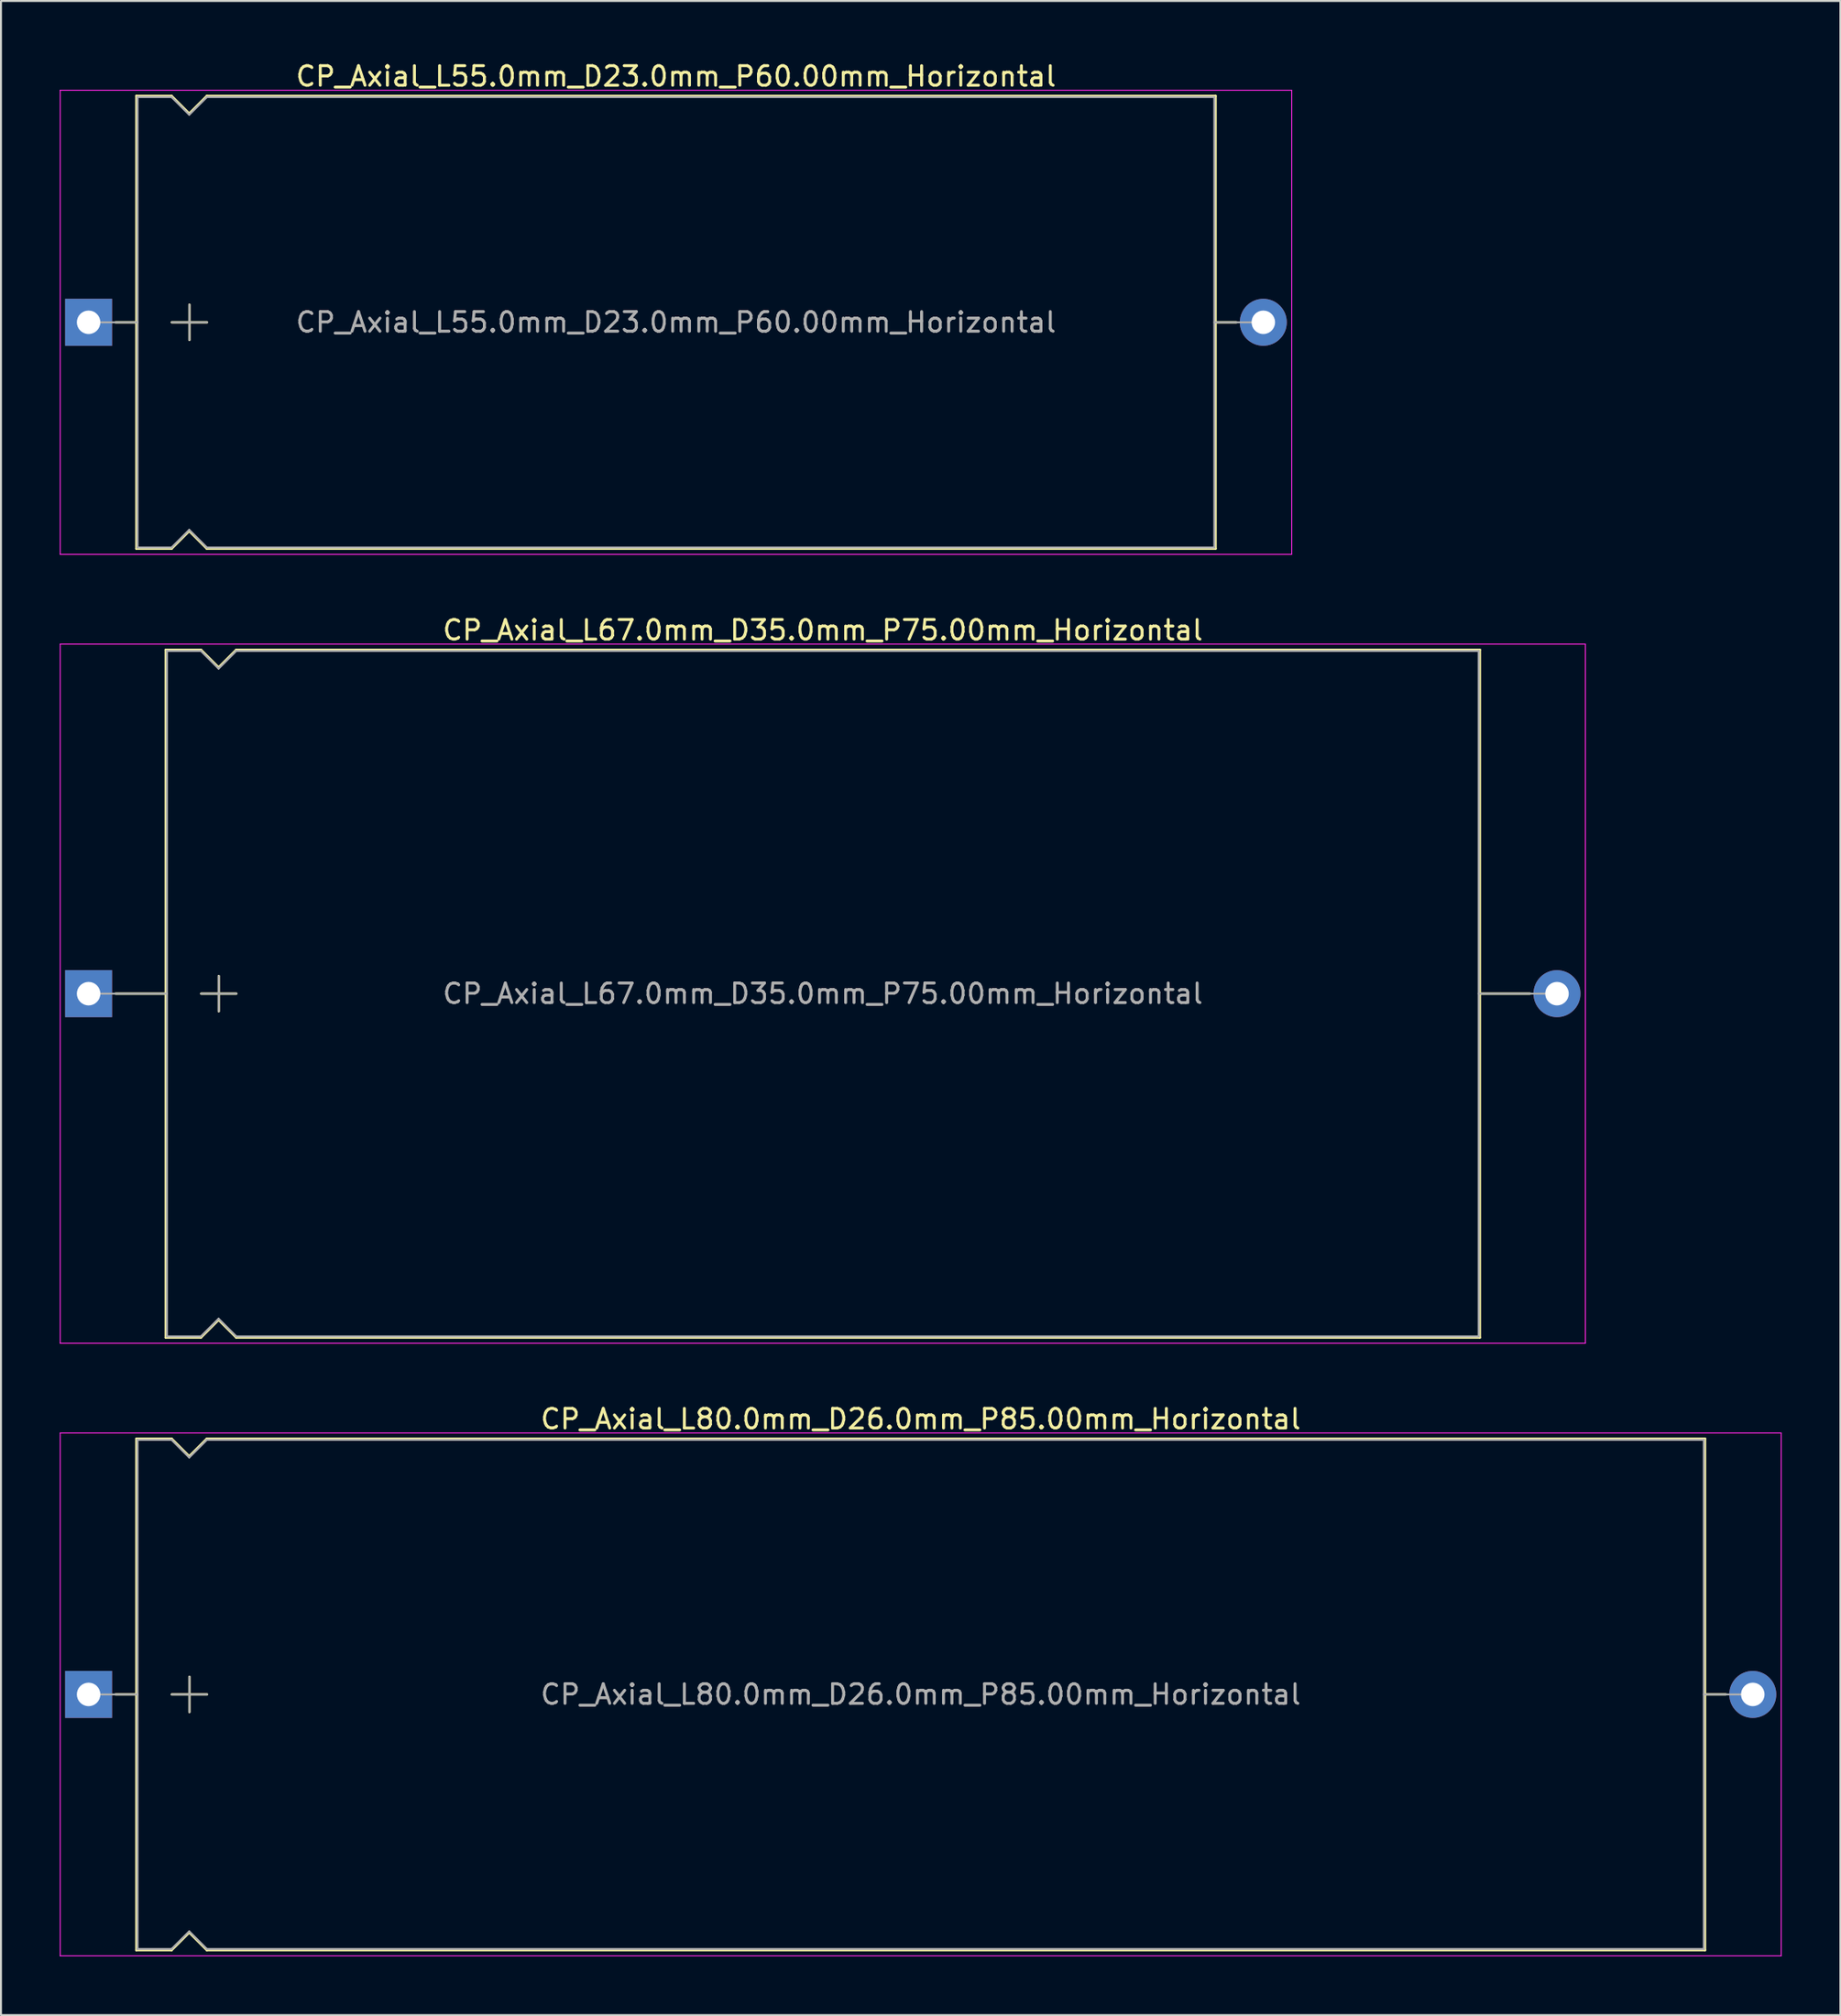
<source format=kicad_pcb>
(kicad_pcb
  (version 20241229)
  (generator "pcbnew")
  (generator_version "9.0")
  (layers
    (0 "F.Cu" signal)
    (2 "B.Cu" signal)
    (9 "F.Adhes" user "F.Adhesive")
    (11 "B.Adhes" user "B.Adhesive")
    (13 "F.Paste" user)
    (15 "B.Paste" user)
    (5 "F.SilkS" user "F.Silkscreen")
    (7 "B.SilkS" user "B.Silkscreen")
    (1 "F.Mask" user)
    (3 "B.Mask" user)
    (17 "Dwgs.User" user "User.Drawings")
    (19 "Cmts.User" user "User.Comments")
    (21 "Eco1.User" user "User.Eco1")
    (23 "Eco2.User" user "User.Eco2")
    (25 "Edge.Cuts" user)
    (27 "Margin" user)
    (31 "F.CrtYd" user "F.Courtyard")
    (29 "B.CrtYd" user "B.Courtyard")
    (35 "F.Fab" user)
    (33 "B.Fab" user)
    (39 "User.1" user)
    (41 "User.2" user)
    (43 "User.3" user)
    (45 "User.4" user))
  (footprint "CP_Axial_L55.0mm_D23.0mm_P60.00mm_Horizontal"
    (layer "F.Cu")
    (at 1.475 13.408)
    (property "Reference" "CP_Axial_L55.0mm_D23.0mm_P60.00mm_Horizontal" (at 30 -12.56 0) (layer "F.SilkS") (effects (font (size 1 1) (thickness 0.15))))
    (attr through_hole)
    (fp_line (start 1.38 0) (end 2.44 0) (stroke (width 0.12) (type solid)) (layer "F.SilkS"))
    (fp_line (start 2.44 -11.56) (end 2.44 11.56) (stroke (width 0.12) (type solid)) (layer "F.SilkS"))
    (fp_line (start 2.44 -11.56) (end 4.24 -11.56) (stroke (width 0.12) (type solid)) (layer "F.SilkS"))
    (fp_line (start 2.44 11.56) (end 4.24 11.56) (stroke (width 0.12) (type solid)) (layer "F.SilkS"))
    (fp_line (start 4.24 -11.56) (end 5.14 -10.66) (stroke (width 0.12) (type solid)) (layer "F.SilkS"))
    (fp_line (start 4.24 11.56) (end 5.14 10.66) (stroke (width 0.12) (type solid)) (layer "F.SilkS"))
    (fp_line (start 4.25 0) (end 6.05 0) (stroke (width 0.12) (type solid)) (layer "F.SilkS"))
    (fp_line (start 5.14 -10.66) (end 6.04 -11.56) (stroke (width 0.12) (type solid)) (layer "F.SilkS"))
    (fp_line (start 5.14 10.66) (end 6.04 11.56) (stroke (width 0.12) (type solid)) (layer "F.SilkS"))
    (fp_line (start 5.15 -0.9) (end 5.15 0.9) (stroke (width 0.12) (type solid)) (layer "F.SilkS"))
    (fp_line (start 6.04 -11.56) (end 57.56 -11.56) (stroke (width 0.12) (type solid)) (layer "F.SilkS"))
    (fp_line (start 6.04 11.56) (end 57.56 11.56) (stroke (width 0.12) (type solid)) (layer "F.SilkS"))
    (fp_line (start 57.56 -11.56) (end 57.56 11.56) (stroke (width 0.12) (type solid)) (layer "F.SilkS"))
    (fp_line (start 58.62 0) (end 57.56 0) (stroke (width 0.12) (type solid)) (layer "F.SilkS"))
    (fp_line (start -1.45 -11.85) (end -1.45 11.85) (stroke (width 0.05) (type solid)) (layer "F.CrtYd"))
    (fp_line (start -1.45 11.85) (end 61.45 11.85) (stroke (width 0.05) (type solid)) (layer "F.CrtYd"))
    (fp_line (start 61.45 -11.85) (end -1.45 -11.85) (stroke (width 0.05) (type solid)) (layer "F.CrtYd"))
    (fp_line (start 61.45 11.85) (end 61.45 -11.85) (stroke (width 0.05) (type solid)) (layer "F.CrtYd"))
    (fp_line (start 0 0) (end 2.5 0) (stroke (width 0.1) (type solid)) (layer "F.Fab"))
    (fp_line (start 2.5 -11.5) (end 2.5 11.5) (stroke (width 0.1) (type solid)) (layer "F.Fab"))
    (fp_line (start 2.5 -11.5) (end 4.24 -11.5) (stroke (width 0.1) (type solid)) (layer "F.Fab"))
    (fp_line (start 2.5 11.5) (end 4.24 11.5) (stroke (width 0.1) (type solid)) (layer "F.Fab"))
    (fp_line (start 4.24 -11.5) (end 5.14 -10.6) (stroke (width 0.1) (type solid)) (layer "F.Fab"))
    (fp_line (start 4.24 11.5) (end 5.14 10.6) (stroke (width 0.1) (type solid)) (layer "F.Fab"))
    (fp_line (start 4.25 0) (end 6.05 0) (stroke (width 0.1) (type solid)) (layer "F.Fab"))
    (fp_line (start 5.14 -10.6) (end 6.04 -11.5) (stroke (width 0.1) (type solid)) (layer "F.Fab"))
    (fp_line (start 5.14 10.6) (end 6.04 11.5) (stroke (width 0.1) (type solid)) (layer "F.Fab"))
    (fp_line (start 5.15 -0.9) (end 5.15 0.9) (stroke (width 0.1) (type solid)) (layer "F.Fab"))
    (fp_line (start 6.04 -11.5) (end 57.5 -11.5) (stroke (width 0.1) (type solid)) (layer "F.Fab"))
    (fp_line (start 6.04 11.5) (end 57.5 11.5) (stroke (width 0.1) (type solid)) (layer "F.Fab"))
    (fp_line (start 57.5 -11.5) (end 57.5 11.5) (stroke (width 0.1) (type solid)) (layer "F.Fab"))
    (fp_line (start 60 0) (end 57.5 0) (stroke (width 0.1) (type solid)) (layer "F.Fab"))
    (fp_text user "${REFERENCE}" (at 30 0 0) (layer "F.Fab") (effects (font (size 1 1) (thickness 0.15))))
    (pad "1" thru_hole rect (at 0 0) (size 2.4 2.4) (drill 1.2) (layers "*.Cu" "*.Mask"))
    (pad "2" thru_hole oval (at 60 0) (size 2.4 2.4) (drill 1.2) (layers "*.Cu" "*.Mask")))
  (footprint "CP_Axial_L67.0mm_D35.0mm_P75.00mm_Horizontal"
    (layer "F.Cu")
    (at 1.475 47.691)
    (property "Reference" "CP_Axial_L67.0mm_D35.0mm_P75.00mm_Horizontal" (at 37.5 -18.56 0) (layer "F.SilkS") (effects (font (size 1 1) (thickness 0.15))))
    (attr through_hole)
    (fp_line (start 1.38 0) (end 3.94 0) (stroke (width 0.12) (type solid)) (layer "F.SilkS"))
    (fp_line (start 3.94 -17.56) (end 3.94 17.56) (stroke (width 0.12) (type solid)) (layer "F.SilkS"))
    (fp_line (start 3.94 -17.56) (end 5.74 -17.56) (stroke (width 0.12) (type solid)) (layer "F.SilkS"))
    (fp_line (start 3.94 17.56) (end 5.74 17.56) (stroke (width 0.12) (type solid)) (layer "F.SilkS"))
    (fp_line (start 5.74 -17.56) (end 6.64 -16.66) (stroke (width 0.12) (type solid)) (layer "F.SilkS"))
    (fp_line (start 5.74 17.56) (end 6.64 16.66) (stroke (width 0.12) (type solid)) (layer "F.SilkS"))
    (fp_line (start 5.75 0) (end 7.55 0) (stroke (width 0.12) (type solid)) (layer "F.SilkS"))
    (fp_line (start 6.64 -16.66) (end 7.54 -17.56) (stroke (width 0.12) (type solid)) (layer "F.SilkS"))
    (fp_line (start 6.64 16.66) (end 7.54 17.56) (stroke (width 0.12) (type solid)) (layer "F.SilkS"))
    (fp_line (start 6.65 -0.9) (end 6.65 0.9) (stroke (width 0.12) (type solid)) (layer "F.SilkS"))
    (fp_line (start 7.54 -17.56) (end 71.06 -17.56) (stroke (width 0.12) (type solid)) (layer "F.SilkS"))
    (fp_line (start 7.54 17.56) (end 71.06 17.56) (stroke (width 0.12) (type solid)) (layer "F.SilkS"))
    (fp_line (start 71.06 -17.56) (end 71.06 17.56) (stroke (width 0.12) (type solid)) (layer "F.SilkS"))
    (fp_line (start 73.62 0) (end 71.06 0) (stroke (width 0.12) (type solid)) (layer "F.SilkS"))
    (fp_line (start -1.45 -17.85) (end -1.45 17.85) (stroke (width 0.05) (type solid)) (layer "F.CrtYd"))
    (fp_line (start -1.45 17.85) (end 76.45 17.85) (stroke (width 0.05) (type solid)) (layer "F.CrtYd"))
    (fp_line (start 76.45 -17.85) (end -1.45 -17.85) (stroke (width 0.05) (type solid)) (layer "F.CrtYd"))
    (fp_line (start 76.45 17.85) (end 76.45 -17.85) (stroke (width 0.05) (type solid)) (layer "F.CrtYd"))
    (fp_line (start 0 0) (end 4 0) (stroke (width 0.1) (type solid)) (layer "F.Fab"))
    (fp_line (start 4 -17.5) (end 4 17.5) (stroke (width 0.1) (type solid)) (layer "F.Fab"))
    (fp_line (start 4 -17.5) (end 5.74 -17.5) (stroke (width 0.1) (type solid)) (layer "F.Fab"))
    (fp_line (start 4 17.5) (end 5.74 17.5) (stroke (width 0.1) (type solid)) (layer "F.Fab"))
    (fp_line (start 5.74 -17.5) (end 6.64 -16.6) (stroke (width 0.1) (type solid)) (layer "F.Fab"))
    (fp_line (start 5.74 17.5) (end 6.64 16.6) (stroke (width 0.1) (type solid)) (layer "F.Fab"))
    (fp_line (start 5.75 0) (end 7.55 0) (stroke (width 0.1) (type solid)) (layer "F.Fab"))
    (fp_line (start 6.64 -16.6) (end 7.54 -17.5) (stroke (width 0.1) (type solid)) (layer "F.Fab"))
    (fp_line (start 6.64 16.6) (end 7.54 17.5) (stroke (width 0.1) (type solid)) (layer "F.Fab"))
    (fp_line (start 6.65 -0.9) (end 6.65 0.9) (stroke (width 0.1) (type solid)) (layer "F.Fab"))
    (fp_line (start 7.54 -17.5) (end 71 -17.5) (stroke (width 0.1) (type solid)) (layer "F.Fab"))
    (fp_line (start 7.54 17.5) (end 71 17.5) (stroke (width 0.1) (type solid)) (layer "F.Fab"))
    (fp_line (start 71 -17.5) (end 71 17.5) (stroke (width 0.1) (type solid)) (layer "F.Fab"))
    (fp_line (start 75 0) (end 71 0) (stroke (width 0.1) (type solid)) (layer "F.Fab"))
    (fp_text user "${REFERENCE}" (at 37.5 0 0) (layer "F.Fab") (effects (font (size 1 1) (thickness 0.15))))
    (pad "1" thru_hole rect (at 0 0) (size 2.4 2.4) (drill 1.2) (layers "*.Cu" "*.Mask"))
    (pad "2" thru_hole oval (at 75 0) (size 2.4 2.4) (drill 1.2) (layers "*.Cu" "*.Mask")))
  (footprint "CP_Axial_L80.0mm_D26.0mm_P85.00mm_Horizontal"
    (layer "F.Cu")
    (at 1.475 83.475)
    (property "Reference" "CP_Axial_L80.0mm_D26.0mm_P85.00mm_Horizontal" (at 42.5 -14.06 0) (layer "F.SilkS") (effects (font (size 1 1) (thickness 0.15))))
    (attr through_hole)
    (fp_line (start 1.38 0) (end 2.44 0) (stroke (width 0.12) (type solid)) (layer "F.SilkS"))
    (fp_line (start 2.44 -13.06) (end 2.44 13.06) (stroke (width 0.12) (type solid)) (layer "F.SilkS"))
    (fp_line (start 2.44 -13.06) (end 4.24 -13.06) (stroke (width 0.12) (type solid)) (layer "F.SilkS"))
    (fp_line (start 2.44 13.06) (end 4.24 13.06) (stroke (width 0.12) (type solid)) (layer "F.SilkS"))
    (fp_line (start 4.24 -13.06) (end 5.14 -12.16) (stroke (width 0.12) (type solid)) (layer "F.SilkS"))
    (fp_line (start 4.24 13.06) (end 5.14 12.16) (stroke (width 0.12) (type solid)) (layer "F.SilkS"))
    (fp_line (start 4.25 0) (end 6.05 0) (stroke (width 0.12) (type solid)) (layer "F.SilkS"))
    (fp_line (start 5.14 -12.16) (end 6.04 -13.06) (stroke (width 0.12) (type solid)) (layer "F.SilkS"))
    (fp_line (start 5.14 12.16) (end 6.04 13.06) (stroke (width 0.12) (type solid)) (layer "F.SilkS"))
    (fp_line (start 5.15 -0.9) (end 5.15 0.9) (stroke (width 0.12) (type solid)) (layer "F.SilkS"))
    (fp_line (start 6.04 -13.06) (end 82.56 -13.06) (stroke (width 0.12) (type solid)) (layer "F.SilkS"))
    (fp_line (start 6.04 13.06) (end 82.56 13.06) (stroke (width 0.12) (type solid)) (layer "F.SilkS"))
    (fp_line (start 82.56 -13.06) (end 82.56 13.06) (stroke (width 0.12) (type solid)) (layer "F.SilkS"))
    (fp_line (start 83.62 0) (end 82.56 0) (stroke (width 0.12) (type solid)) (layer "F.SilkS"))
    (fp_line (start -1.45 -13.35) (end -1.45 13.35) (stroke (width 0.05) (type solid)) (layer "F.CrtYd"))
    (fp_line (start -1.45 13.35) (end 86.45 13.35) (stroke (width 0.05) (type solid)) (layer "F.CrtYd"))
    (fp_line (start 86.45 -13.35) (end -1.45 -13.35) (stroke (width 0.05) (type solid)) (layer "F.CrtYd"))
    (fp_line (start 86.45 13.35) (end 86.45 -13.35) (stroke (width 0.05) (type solid)) (layer "F.CrtYd"))
    (fp_line (start 0 0) (end 2.5 0) (stroke (width 0.1) (type solid)) (layer "F.Fab"))
    (fp_line (start 2.5 -13) (end 2.5 13) (stroke (width 0.1) (type solid)) (layer "F.Fab"))
    (fp_line (start 2.5 -13) (end 4.24 -13) (stroke (width 0.1) (type solid)) (layer "F.Fab"))
    (fp_line (start 2.5 13) (end 4.24 13) (stroke (width 0.1) (type solid)) (layer "F.Fab"))
    (fp_line (start 4.24 -13) (end 5.14 -12.1) (stroke (width 0.1) (type solid)) (layer "F.Fab"))
    (fp_line (start 4.24 13) (end 5.14 12.1) (stroke (width 0.1) (type solid)) (layer "F.Fab"))
    (fp_line (start 4.25 0) (end 6.05 0) (stroke (width 0.1) (type solid)) (layer "F.Fab"))
    (fp_line (start 5.14 -12.1) (end 6.04 -13) (stroke (width 0.1) (type solid)) (layer "F.Fab"))
    (fp_line (start 5.14 12.1) (end 6.04 13) (stroke (width 0.1) (type solid)) (layer "F.Fab"))
    (fp_line (start 5.15 -0.9) (end 5.15 0.9) (stroke (width 0.1) (type solid)) (layer "F.Fab"))
    (fp_line (start 6.04 -13) (end 82.5 -13) (stroke (width 0.1) (type solid)) (layer "F.Fab"))
    (fp_line (start 6.04 13) (end 82.5 13) (stroke (width 0.1) (type solid)) (layer "F.Fab"))
    (fp_line (start 82.5 -13) (end 82.5 13) (stroke (width 0.1) (type solid)) (layer "F.Fab"))
    (fp_line (start 85 0) (end 82.5 0) (stroke (width 0.1) (type solid)) (layer "F.Fab"))
    (fp_text user "${REFERENCE}" (at 42.5 0 0) (layer "F.Fab") (effects (font (size 1 1) (thickness 0.15))))
    (pad "1" thru_hole rect (at 0 0) (size 2.4 2.4) (drill 1.2) (layers "*.Cu" "*.Mask"))
    (pad "2" thru_hole oval (at 85 0) (size 2.4 2.4) (drill 1.2) (layers "*.Cu" "*.Mask")))
  (gr_rect
    (start -3 -3)
    (end 90.95 99.85)
    (stroke (width 0.1) (type default))
    (fill no)
    (layer "Edge.Cuts")))
</source>
